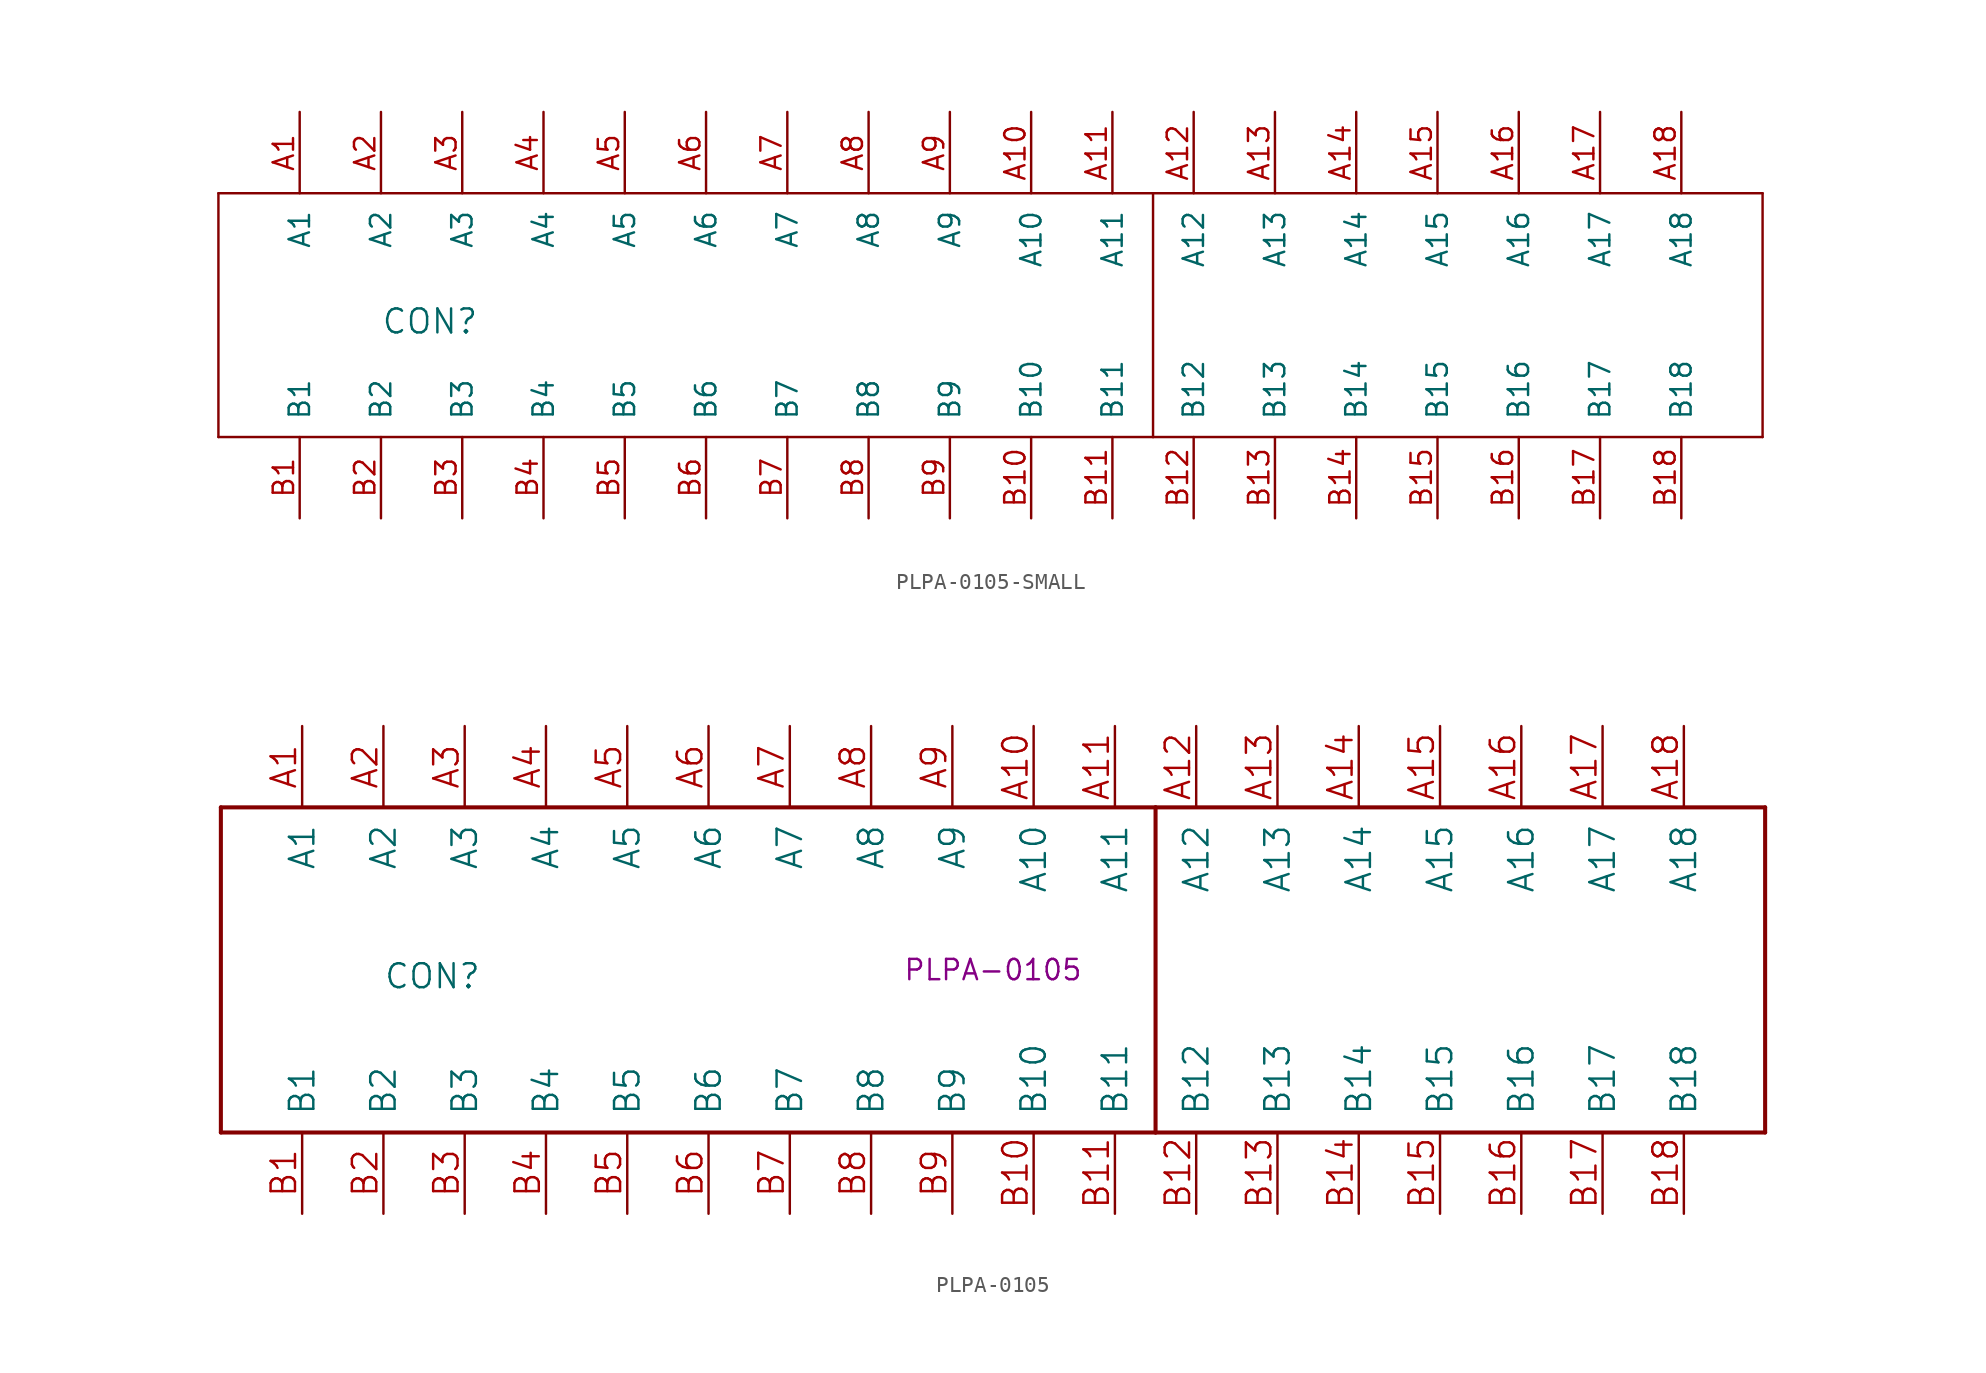
<source format=kicad_sym>
(kicad_symbol_lib
  (version 20241209)
  (generator "kicad_symbol_editor")
  (generator_version "9.0")
  (symbol "PLPA-0105-SMALL"
    (pin_names
      (offset 1.016))
    (property "Reference" "CON"
      (at -38.1 -1.27 0)
      (effects (font (size 1.499 1.499)) (justify left bottom)))
    (symbol "PLPA-0105-SMALL_1_0"
      (polyline (pts (xy -48.26 7.62) (xy 10.16 7.62)) (stroke (width 0) (type default)) (fill (type none)))
      (polyline (pts (xy -48.26 -7.62) (xy -48.26 7.62)) (stroke (width 0) (type default)) (fill (type none)))
      (polyline (pts (xy 10.16 7.62) (xy 10.16 -7.62)) (stroke (width 0) (type default)) (fill (type none)))
      (polyline (pts (xy 10.16 7.62) (xy 48.26 7.62)) (stroke (width 0) (type default)) (fill (type none)))
      (polyline (pts (xy 10.16 -7.62) (xy -48.26 -7.62)) (stroke (width 0) (type default)) (fill (type none)))
      (polyline (pts (xy 48.26 7.62) (xy 48.26 -7.62)) (stroke (width 0) (type default)) (fill (type none)))
      (polyline (pts (xy 48.26 -7.62) (xy 10.16 -7.62)) (stroke (width 0) (type default)) (fill (type none)))
      (pin bidirectional line (at -43.18 12.7 270) (length 5.08) (name "A1" (effects (font (size 1.27 1.27)))) (number "A1" (effects (font (size 1.27 1.27)))))
      (pin bidirectional line (at -43.18 -12.7 90) (length 5.08) (name "B1" (effects (font (size 1.27 1.27)))) (number "B1" (effects (font (size 1.27 1.27)))))
      (pin bidirectional line (at -38.1 12.7 270) (length 5.08) (name "A2" (effects (font (size 1.27 1.27)))) (number "A2" (effects (font (size 1.27 1.27)))))
      (pin bidirectional line (at -38.1 -12.7 90) (length 5.08) (name "B2" (effects (font (size 1.27 1.27)))) (number "B2" (effects (font (size 1.27 1.27)))))
      (pin bidirectional line (at -33.02 12.7 270) (length 5.08) (name "A3" (effects (font (size 1.27 1.27)))) (number "A3" (effects (font (size 1.27 1.27)))))
      (pin bidirectional line (at -33.02 -12.7 90) (length 5.08) (name "B3" (effects (font (size 1.27 1.27)))) (number "B3" (effects (font (size 1.27 1.27)))))
      (pin bidirectional line (at -27.94 12.7 270) (length 5.08) (name "A4" (effects (font (size 1.27 1.27)))) (number "A4" (effects (font (size 1.27 1.27)))))
      (pin bidirectional line (at -27.94 -12.7 90) (length 5.08) (name "B4" (effects (font (size 1.27 1.27)))) (number "B4" (effects (font (size 1.27 1.27)))))
      (pin bidirectional line (at -22.86 12.7 270) (length 5.08) (name "A5" (effects (font (size 1.27 1.27)))) (number "A5" (effects (font (size 1.27 1.27)))))
      (pin bidirectional line (at -22.86 -12.7 90) (length 5.08) (name "B5" (effects (font (size 1.27 1.27)))) (number "B5" (effects (font (size 1.27 1.27)))))
      (pin bidirectional line (at -17.78 12.7 270) (length 5.08) (name "A6" (effects (font (size 1.27 1.27)))) (number "A6" (effects (font (size 1.27 1.27)))))
      (pin bidirectional line (at -17.78 -12.7 90) (length 5.08) (name "B6" (effects (font (size 1.27 1.27)))) (number "B6" (effects (font (size 1.27 1.27)))))
      (pin bidirectional line (at -12.7 12.7 270) (length 5.08) (name "A7" (effects (font (size 1.27 1.27)))) (number "A7" (effects (font (size 1.27 1.27)))))
      (pin bidirectional line (at -12.7 -12.7 90) (length 5.08) (name "B7" (effects (font (size 1.27 1.27)))) (number "B7" (effects (font (size 1.27 1.27)))))
      (pin bidirectional line (at -7.62 12.7 270) (length 5.08) (name "A8" (effects (font (size 1.27 1.27)))) (number "A8" (effects (font (size 1.27 1.27)))))
      (pin bidirectional line (at -7.62 -12.7 90) (length 5.08) (name "B8" (effects (font (size 1.27 1.27)))) (number "B8" (effects (font (size 1.27 1.27)))))
      (pin bidirectional line (at -2.54 12.7 270) (length 5.08) (name "A9" (effects (font (size 1.27 1.27)))) (number "A9" (effects (font (size 1.27 1.27)))))
      (pin bidirectional line (at -2.54 -12.7 90) (length 5.08) (name "B9" (effects (font (size 1.27 1.27)))) (number "B9" (effects (font (size 1.27 1.27)))))
      (pin bidirectional line (at 2.54 12.7 270) (length 5.08) (name "A10" (effects (font (size 1.27 1.27)))) (number "A10" (effects (font (size 1.27 1.27)))))
      (pin bidirectional line (at 2.54 -12.7 90) (length 5.08) (name "B10" (effects (font (size 1.27 1.27)))) (number "B10" (effects (font (size 1.27 1.27)))))
      (pin bidirectional line (at 7.62 12.7 270) (length 5.08) (name "A11" (effects (font (size 1.27 1.27)))) (number "A11" (effects (font (size 1.27 1.27)))))
      (pin bidirectional line (at 7.62 -12.7 90) (length 5.08) (name "B11" (effects (font (size 1.27 1.27)))) (number "B11" (effects (font (size 1.27 1.27)))))
      (pin bidirectional line (at 12.7 12.7 270) (length 5.08) (name "A12" (effects (font (size 1.27 1.27)))) (number "A12" (effects (font (size 1.27 1.27)))))
      (pin bidirectional line (at 12.7 -12.7 90) (length 5.08) (name "B12" (effects (font (size 1.27 1.27)))) (number "B12" (effects (font (size 1.27 1.27)))))
      (pin bidirectional line (at 17.78 12.7 270) (length 5.08) (name "A13" (effects (font (size 1.27 1.27)))) (number "A13" (effects (font (size 1.27 1.27)))))
      (pin bidirectional line (at 17.78 -12.7 90) (length 5.08) (name "B13" (effects (font (size 1.27 1.27)))) (number "B13" (effects (font (size 1.27 1.27)))))
      (pin bidirectional line (at 22.86 12.7 270) (length 5.08) (name "A14" (effects (font (size 1.27 1.27)))) (number "A14" (effects (font (size 1.27 1.27)))))
      (pin bidirectional line (at 22.86 -12.7 90) (length 5.08) (name "B14" (effects (font (size 1.27 1.27)))) (number "B14" (effects (font (size 1.27 1.27)))))
      (pin bidirectional line (at 27.94 12.7 270) (length 5.08) (name "A15" (effects (font (size 1.27 1.27)))) (number "A15" (effects (font (size 1.27 1.27)))))
      (pin bidirectional line (at 27.94 -12.7 90) (length 5.08) (name "B15" (effects (font (size 1.27 1.27)))) (number "B15" (effects (font (size 1.27 1.27)))))
      (pin bidirectional line (at 33.02 12.7 270) (length 5.08) (name "A16" (effects (font (size 1.27 1.27)))) (number "A16" (effects (font (size 1.27 1.27)))))
      (pin bidirectional line (at 33.02 -12.7 90) (length 5.08) (name "B16" (effects (font (size 1.27 1.27)))) (number "B16" (effects (font (size 1.27 1.27)))))
      (pin bidirectional line (at 38.1 12.7 270) (length 5.08) (name "A17" (effects (font (size 1.27 1.27)))) (number "A17" (effects (font (size 1.27 1.27)))))
      (pin bidirectional line (at 38.1 -12.7 90) (length 5.08) (name "B17" (effects (font (size 1.27 1.27)))) (number "B17" (effects (font (size 1.27 1.27)))))
      (pin bidirectional line (at 43.18 12.7 270) (length 5.08) (name "A18" (effects (font (size 1.27 1.27)))) (number "A18" (effects (font (size 1.27 1.27)))))
      (pin bidirectional line (at 43.18 -12.7 90) (length 5.08) (name "B18" (effects (font (size 1.27 1.27)))) (number "B18" (effects (font (size 1.27 1.27)))))))
  (symbol "PLPA-0105"
    (pin_names
      (offset 1.016))
    (property "Reference" "CON"
      (at -38.1 -1.27 0)
      (effects (font (size 1.499 1.499)) (justify left bottom)))
    (property "PLP#" "PLPA-0105"
      (at 0 0 0)
      (effects (font (size 1.27 1.27))))
    (symbol "PLPA-0105_1_0"
      (polyline (pts (xy -48.26 10.16) (xy 10.16 10.16)) (stroke (width 0.254) (type solid)) (fill (type none)))
      (polyline (pts (xy -48.26 -10.16) (xy -48.26 10.16)) (stroke (width 0.254) (type solid)) (fill (type none)))
      (polyline (pts (xy 10.16 10.16) (xy 10.16 -10.16)) (stroke (width 0.254) (type solid)) (fill (type none)))
      (polyline (pts (xy 10.16 10.16) (xy 48.26 10.16)) (stroke (width 0.254) (type solid)) (fill (type none)))
      (polyline (pts (xy 10.16 -10.16) (xy -48.26 -10.16)) (stroke (width 0.254) (type solid)) (fill (type none)))
      (polyline (pts (xy 48.26 10.16) (xy 48.26 -10.16)) (stroke (width 0.254) (type solid)) (fill (type none)))
      (polyline (pts (xy 48.26 -10.16) (xy 10.16 -10.16)) (stroke (width 0.254) (type solid)) (fill (type none)))
      (pin bidirectional line (at -43.18 15.24 270) (length 5.08) (name "A1" (effects (font (size 1.524 1.524)))) (number "A1" (effects (font (size 1.524 1.524)))))
      (pin bidirectional line (at -43.18 -15.24 90) (length 5.08) (name "B1" (effects (font (size 1.524 1.524)))) (number "B1" (effects (font (size 1.524 1.524)))))
      (pin bidirectional line (at -38.1 15.24 270) (length 5.08) (name "A2" (effects (font (size 1.524 1.524)))) (number "A2" (effects (font (size 1.524 1.524)))))
      (pin bidirectional line (at -38.1 -15.24 90) (length 5.08) (name "B2" (effects (font (size 1.524 1.524)))) (number "B2" (effects (font (size 1.524 1.524)))))
      (pin bidirectional line (at -33.02 15.24 270) (length 5.08) (name "A3" (effects (font (size 1.524 1.524)))) (number "A3" (effects (font (size 1.524 1.524)))))
      (pin bidirectional line (at -33.02 -15.24 90) (length 5.08) (name "B3" (effects (font (size 1.524 1.524)))) (number "B3" (effects (font (size 1.524 1.524)))))
      (pin bidirectional line (at -27.94 15.24 270) (length 5.08) (name "A4" (effects (font (size 1.524 1.524)))) (number "A4" (effects (font (size 1.524 1.524)))))
      (pin bidirectional line (at -27.94 -15.24 90) (length 5.08) (name "B4" (effects (font (size 1.524 1.524)))) (number "B4" (effects (font (size 1.524 1.524)))))
      (pin bidirectional line (at -22.86 15.24 270) (length 5.08) (name "A5" (effects (font (size 1.524 1.524)))) (number "A5" (effects (font (size 1.524 1.524)))))
      (pin bidirectional line (at -22.86 -15.24 90) (length 5.08) (name "B5" (effects (font (size 1.524 1.524)))) (number "B5" (effects (font (size 1.524 1.524)))))
      (pin bidirectional line (at -17.78 15.24 270) (length 5.08) (name "A6" (effects (font (size 1.524 1.524)))) (number "A6" (effects (font (size 1.524 1.524)))))
      (pin bidirectional line (at -17.78 -15.24 90) (length 5.08) (name "B6" (effects (font (size 1.524 1.524)))) (number "B6" (effects (font (size 1.524 1.524)))))
      (pin bidirectional line (at -12.7 15.24 270) (length 5.08) (name "A7" (effects (font (size 1.524 1.524)))) (number "A7" (effects (font (size 1.524 1.524)))))
      (pin bidirectional line (at -12.7 -15.24 90) (length 5.08) (name "B7" (effects (font (size 1.524 1.524)))) (number "B7" (effects (font (size 1.524 1.524)))))
      (pin bidirectional line (at -7.62 15.24 270) (length 5.08) (name "A8" (effects (font (size 1.524 1.524)))) (number "A8" (effects (font (size 1.524 1.524)))))
      (pin bidirectional line (at -7.62 -15.24 90) (length 5.08) (name "B8" (effects (font (size 1.524 1.524)))) (number "B8" (effects (font (size 1.524 1.524)))))
      (pin bidirectional line (at -2.54 15.24 270) (length 5.08) (name "A9" (effects (font (size 1.524 1.524)))) (number "A9" (effects (font (size 1.524 1.524)))))
      (pin bidirectional line (at -2.54 -15.24 90) (length 5.08) (name "B9" (effects (font (size 1.524 1.524)))) (number "B9" (effects (font (size 1.524 1.524)))))
      (pin bidirectional line (at 2.54 15.24 270) (length 5.08) (name "A10" (effects (font (size 1.524 1.524)))) (number "A10" (effects (font (size 1.524 1.524)))))
      (pin bidirectional line (at 2.54 -15.24 90) (length 5.08) (name "B10" (effects (font (size 1.524 1.524)))) (number "B10" (effects (font (size 1.524 1.524)))))
      (pin bidirectional line (at 7.62 15.24 270) (length 5.08) (name "A11" (effects (font (size 1.524 1.524)))) (number "A11" (effects (font (size 1.524 1.524)))))
      (pin bidirectional line (at 7.62 -15.24 90) (length 5.08) (name "B11" (effects (font (size 1.524 1.524)))) (number "B11" (effects (font (size 1.524 1.524)))))
      (pin bidirectional line (at 12.7 15.24 270) (length 5.08) (name "A12" (effects (font (size 1.524 1.524)))) (number "A12" (effects (font (size 1.524 1.524)))))
      (pin bidirectional line (at 12.7 -15.24 90) (length 5.08) (name "B12" (effects (font (size 1.524 1.524)))) (number "B12" (effects (font (size 1.524 1.524)))))
      (pin bidirectional line (at 17.78 15.24 270) (length 5.08) (name "A13" (effects (font (size 1.524 1.524)))) (number "A13" (effects (font (size 1.524 1.524)))))
      (pin bidirectional line (at 17.78 -15.24 90) (length 5.08) (name "B13" (effects (font (size 1.524 1.524)))) (number "B13" (effects (font (size 1.524 1.524)))))
      (pin bidirectional line (at 22.86 15.24 270) (length 5.08) (name "A14" (effects (font (size 1.524 1.524)))) (number "A14" (effects (font (size 1.524 1.524)))))
      (pin bidirectional line (at 22.86 -15.24 90) (length 5.08) (name "B14" (effects (font (size 1.524 1.524)))) (number "B14" (effects (font (size 1.524 1.524)))))
      (pin bidirectional line (at 27.94 15.24 270) (length 5.08) (name "A15" (effects (font (size 1.524 1.524)))) (number "A15" (effects (font (size 1.524 1.524)))))
      (pin bidirectional line (at 27.94 -15.24 90) (length 5.08) (name "B15" (effects (font (size 1.524 1.524)))) (number "B15" (effects (font (size 1.524 1.524)))))
      (pin bidirectional line (at 33.02 15.24 270) (length 5.08) (name "A16" (effects (font (size 1.524 1.524)))) (number "A16" (effects (font (size 1.524 1.524)))))
      (pin bidirectional line (at 33.02 -15.24 90) (length 5.08) (name "B16" (effects (font (size 1.524 1.524)))) (number "B16" (effects (font (size 1.524 1.524)))))
      (pin bidirectional line (at 38.1 15.24 270) (length 5.08) (name "A17" (effects (font (size 1.524 1.524)))) (number "A17" (effects (font (size 1.524 1.524)))))
      (pin bidirectional line (at 38.1 -15.24 90) (length 5.08) (name "B17" (effects (font (size 1.524 1.524)))) (number "B17" (effects (font (size 1.524 1.524)))))
      (pin bidirectional line (at 43.18 15.24 270) (length 5.08) (name "A18" (effects (font (size 1.524 1.524)))) (number "A18" (effects (font (size 1.524 1.524)))))
      (pin bidirectional line (at 43.18 -15.24 90) (length 5.08) (name "B18" (effects (font (size 1.524 1.524)))) (number "B18" (effects (font (size 1.524 1.524))))))))
</source>
